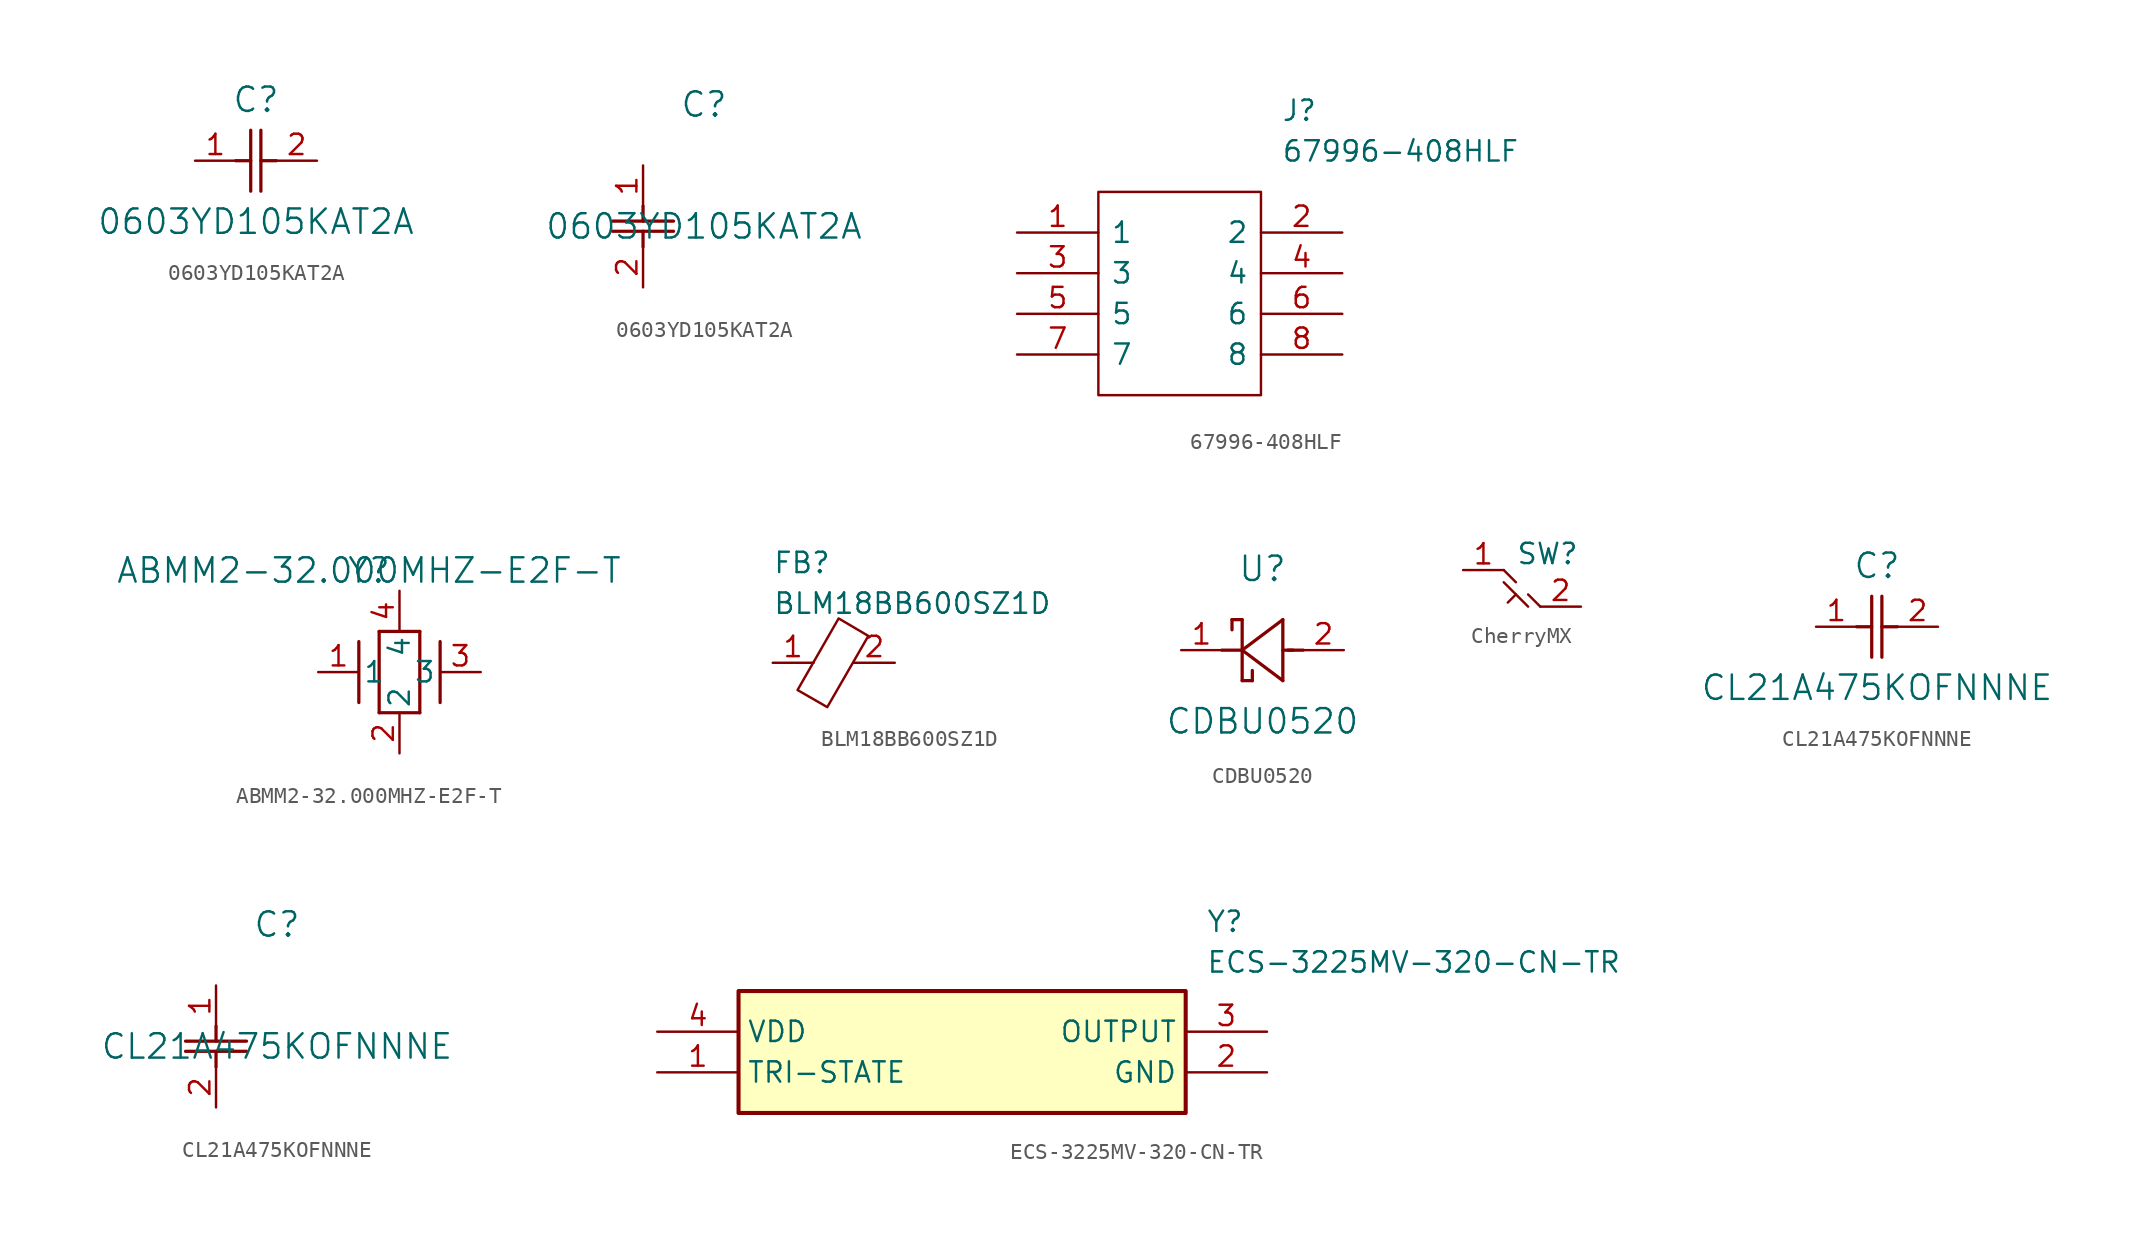
<source format=kicad_sym>
(kicad_symbol_lib
  (version 20220914)
  (generator kicad_symbol_editor)
  (symbol "0603YD105KAT2A"
    (pin_names
      (offset 0.254))
    (property "Reference" "C"
      (at 3.81 3.81 0)
      (effects (font (size 1.524 1.524))))
    (property "Value" "0603YD105KAT2A"
      (at 3.81 -3.81 0)
      (effects (font (size 1.524 1.524))))
    (property "ki_locked" ""
      (at 0 0 0)
      (effects (font (size 1.27 1.27))))
    (symbol "0603YD105KAT2A_1_1"
      (polyline (pts (xy 2.54 0) (xy 3.48 0)) (stroke (width 0.203) (type default)) (fill (type none)))
      (polyline (pts (xy 3.48 -1.905) (xy 3.48 1.905)) (stroke (width 0.203) (type default)) (fill (type none)))
      (polyline (pts (xy 4.115 -1.905) (xy 4.115 1.905)) (stroke (width 0.203) (type default)) (fill (type none)))
      (polyline (pts (xy 4.115 0) (xy 5.08 0)) (stroke (width 0.203) (type default)) (fill (type none)))
      (pin unspecified line (at 0 0 0) (length 2.54) (name "" (effects (font (size 1.27 1.27)))) (number "1" (effects (font (size 1.27 1.27)))))
      (pin unspecified line (at 7.62 0 180) (length 2.54) (name "" (effects (font (size 1.27 1.27)))) (number "2" (effects (font (size 1.27 1.27))))))
    (symbol "0603YD105KAT2A_1_2"
      (polyline (pts (xy -1.905 -4.115) (xy 1.905 -4.115)) (stroke (width 0.203) (type default)) (fill (type none)))
      (polyline (pts (xy -1.905 -3.48) (xy 1.905 -3.48)) (stroke (width 0.203) (type default)) (fill (type none)))
      (polyline (pts (xy 0 -4.115) (xy 0 -5.08)) (stroke (width 0.203) (type default)) (fill (type none)))
      (polyline (pts (xy 0 -2.54) (xy 0 -3.48)) (stroke (width 0.203) (type default)) (fill (type none)))
      (pin unspecified line (at 0 0 270) (length 2.54) (name "" (effects (font (size 1.27 1.27)))) (number "1" (effects (font (size 1.27 1.27)))))
      (pin unspecified line (at 0 -7.62 90) (length 2.54) (name "" (effects (font (size 1.27 1.27)))) (number "2" (effects (font (size 1.27 1.27)))))))
  (symbol "67996-408HLF"
    (pin_names
      (offset 0.762))
    (property "Reference" "J"
      (at 16.51 7.62 0)
      (effects (font (size 1.27 1.27)) (justify left)))
    (property "Value" "67996-408HLF"
      (at 16.51 5.08 0)
      (effects (font (size 1.27 1.27)) (justify left)))
    (symbol "67996-408HLF_0_0"
      (pin passive line (at 0 0 0) (length 5.08) (name "1" (effects (font (size 1.27 1.27)))) (number "1" (effects (font (size 1.27 1.27)))))
      (pin passive line (at 20.32 0 180) (length 5.08) (name "2" (effects (font (size 1.27 1.27)))) (number "2" (effects (font (size 1.27 1.27)))))
      (pin passive line (at 0 -2.54 0) (length 5.08) (name "3" (effects (font (size 1.27 1.27)))) (number "3" (effects (font (size 1.27 1.27)))))
      (pin passive line (at 20.32 -2.54 180) (length 5.08) (name "4" (effects (font (size 1.27 1.27)))) (number "4" (effects (font (size 1.27 1.27)))))
      (pin passive line (at 0 -5.08 0) (length 5.08) (name "5" (effects (font (size 1.27 1.27)))) (number "5" (effects (font (size 1.27 1.27)))))
      (pin passive line (at 20.32 -5.08 180) (length 5.08) (name "6" (effects (font (size 1.27 1.27)))) (number "6" (effects (font (size 1.27 1.27)))))
      (pin passive line (at 0 -7.62 0) (length 5.08) (name "7" (effects (font (size 1.27 1.27)))) (number "7" (effects (font (size 1.27 1.27)))))
      (pin passive line (at 20.32 -7.62 180) (length 5.08) (name "8" (effects (font (size 1.27 1.27)))) (number "8" (effects (font (size 1.27 1.27))))))
    (symbol "67996-408HLF_0_1"
      (polyline (pts (xy 5.08 2.54) (xy 15.24 2.54) (xy 15.24 -10.16) (xy 5.08 -10.16) (xy 5.08 2.54)) (stroke (width 0.152) (type solid)) (fill (type none)))))
  (symbol "ABMM2-32.000MHZ-E2F-T"
    (pin_names
      (offset 0.254))
    (property "Reference" "Y"
      (at 3.175 6.35 0)
      (effects (font (size 1.524 1.524))))
    (property "Value" "ABMM2-32.000MHZ-E2F-T"
      (at 3.175 6.35 0)
      (effects (font (size 1.524 1.524))))
    (property "ki_locked" ""
      (at 0 0 0)
      (effects (font (size 1.27 1.27))))
    (symbol "ABMM2-32.000MHZ-E2F-T_0_1"
      (polyline (pts (xy 2.54 -1.905) (xy 2.54 1.905)) (stroke (width 0.203) (type default)) (fill (type none)))
      (polyline (pts (xy 3.81 -2.54) (xy 3.81 2.54)) (stroke (width 0.203) (type default)) (fill (type none)))
      (polyline (pts (xy 3.81 2.54) (xy 6.35 2.54)) (stroke (width 0.203) (type default)) (fill (type none)))
      (polyline (pts (xy 6.35 -2.54) (xy 3.81 -2.54)) (stroke (width 0.203) (type default)) (fill (type none)))
      (polyline (pts (xy 6.35 2.54) (xy 6.35 -2.54)) (stroke (width 0.203) (type default)) (fill (type none)))
      (polyline (pts (xy 7.62 -1.905) (xy 7.62 1.905)) (stroke (width 0.203) (type default)) (fill (type none)))
      (pin unspecified line (at 0 0 0) (length 2.54) (name "1" (effects (font (size 1.27 1.27)))) (number "1" (effects (font (size 1.27 1.27)))))
      (pin unspecified line (at 5.08 -5.08 90) (length 2.54) (name "2" (effects (font (size 1.27 1.27)))) (number "2" (effects (font (size 1.27 1.27)))))
      (pin unspecified line (at 10.16 0 180) (length 2.54) (name "3" (effects (font (size 1.27 1.27)))) (number "3" (effects (font (size 1.27 1.27)))))
      (pin unspecified line (at 5.08 5.08 270) (length 2.54) (name "4" (effects (font (size 1.27 1.27)))) (number "4" (effects (font (size 1.27 1.27)))))))
  (symbol "BLM18BB600SZ1D"
    (property "Reference" "FB"
      (at 0 6.985 0)
      (effects (font (size 1.27 1.27)) (justify left top)))
    (property "Value" "BLM18BB600SZ1D"
      (at 0 4.445 0)
      (effects (font (size 1.27 1.27)) (justify left top)))
    (symbol "BLM18BB600SZ1D_0_1"
      (polyline (pts (xy 2.54 0) (xy 2.515 0)) (stroke (width 0) (type default)) (fill (type none)))
      (polyline (pts (xy 5.08 0) (xy 5.029 0)) (stroke (width 0) (type default)) (fill (type none)))
      (polyline (pts (xy 3.404 -2.769) (xy 1.549 -1.702) (xy 4.115 2.769) (xy 5.969 1.676) (xy 3.404 -2.769)) (stroke (width 0) (type default)) (fill (type none))))
    (symbol "BLM18BB600SZ1D_1_1"
      (pin passive line (at 0 0 0) (length 2.54) (name "~" (effects (font (size 1.27 1.27)))) (number "1" (effects (font (size 1.27 1.27)))))
      (pin passive line (at 7.62 0 180) (length 2.54) (name "~" (effects (font (size 1.27 1.27)))) (number "2" (effects (font (size 1.27 1.27)))))))
  (symbol "CDBU0520"
    (pin_names
      (offset 0.254))
    (property "Reference" "U"
      (at 5.08 5.08 0)
      (effects (font (size 1.524 1.524))))
    (property "Value" "CDBU0520"
      (at 5.08 -4.445 0)
      (effects (font (size 1.524 1.524))))
    (property "ki_locked" ""
      (at 0 0 0)
      (effects (font (size 1.27 1.27))))
    (symbol "CDBU0520_0_1"
      (polyline (pts (xy 3.175 1.905) (xy 3.175 1.27)) (stroke (width 0.203) (type default)) (fill (type none)))
      (polyline (pts (xy 3.175 1.905) (xy 3.81 1.905)) (stroke (width 0.203) (type default)) (fill (type none)))
      (polyline (pts (xy 3.81 0) (xy 2.54 0)) (stroke (width 0.203) (type default)) (fill (type none)))
      (polyline (pts (xy 3.81 0) (xy 6.35 -1.905)) (stroke (width 0.203) (type default)) (fill (type none)))
      (polyline (pts (xy 3.81 1.905) (xy 3.81 -1.905)) (stroke (width 0.203) (type default)) (fill (type none)))
      (polyline (pts (xy 4.445 -1.905) (xy 3.81 -1.905)) (stroke (width 0.203) (type default)) (fill (type none)))
      (polyline (pts (xy 4.445 -1.905) (xy 4.445 -1.27)) (stroke (width 0.203) (type default)) (fill (type none)))
      (polyline (pts (xy 6.35 -1.905) (xy 6.35 1.905)) (stroke (width 0.203) (type default)) (fill (type none)))
      (polyline (pts (xy 6.35 1.905) (xy 3.81 0)) (stroke (width 0.203) (type default)) (fill (type none)))
      (polyline (pts (xy 6.985 0) (xy 6.35 0)) (stroke (width 0.203) (type default)) (fill (type none)))
      (polyline (pts (xy 7.62 0) (xy 6.68 0)) (stroke (width 0.203) (type default)) (fill (type none)))
      (pin unspecified line (at 0 0 0) (length 2.54) (name "" (effects (font (size 1.27 1.27)))) (number "1" (effects (font (size 1.27 1.27)))))
      (pin unspecified line (at 10.16 0 180) (length 2.54) (name "" (effects (font (size 1.27 1.27)))) (number "2" (effects (font (size 1.27 1.27)))))))
  (symbol "CherryMX"
    (property "Reference" "SW"
      (at 3.302 1.016 0)
      (effects (font (size 1.27 1.27)) (justify left)))
    (property "Value" ""
      (at 0 0 0)
      (effects (font (size 1.27 1.27))))
    (symbol "CherryMX_0_1"
      (polyline (pts (xy 2.54 0) (xy 3.302 -0.762)) (stroke (width 0) (type default)) (fill (type none)))
      (polyline (pts (xy 3.302 -1.524) (xy 2.794 -2.032)) (stroke (width 0) (type default)) (fill (type none)))
      (polyline (pts (xy 4.064 -2.286) (xy 2.54 -0.762)) (stroke (width 0) (type default)) (fill (type none)))
      (polyline (pts (xy 4.064 -1.524) (xy 4.826 -2.286)) (stroke (width 0) (type default)) (fill (type none))))
    (symbol "CherryMX_1_1"
      (pin passive line (at 0 0 0) (length 2.54) (name "" (effects (font (size 1.27 1.27)))) (number "1" (effects (font (size 1.27 1.27)))))
      (pin passive line (at 7.366 -2.286 180) (length 2.54) (name "" (effects (font (size 1.27 1.27)))) (number "2" (effects (font (size 1.27 1.27)))))))
  (symbol "CL21A475KOFNNNE"
    (pin_names
      (offset 0.254))
    (property "Reference" "C"
      (at 3.81 3.81 0)
      (effects (font (size 1.524 1.524))))
    (property "Value" "CL21A475KOFNNNE"
      (at 3.81 -3.81 0)
      (effects (font (size 1.524 1.524))))
    (property "ki_locked" ""
      (at 0 0 0)
      (effects (font (size 1.27 1.27))))
    (symbol "CL21A475KOFNNNE_1_1"
      (polyline (pts (xy 2.54 0) (xy 3.48 0)) (stroke (width 0.203) (type default)) (fill (type none)))
      (polyline (pts (xy 3.48 -1.905) (xy 3.48 1.905)) (stroke (width 0.203) (type default)) (fill (type none)))
      (polyline (pts (xy 4.115 -1.905) (xy 4.115 1.905)) (stroke (width 0.203) (type default)) (fill (type none)))
      (polyline (pts (xy 4.115 0) (xy 5.08 0)) (stroke (width 0.203) (type default)) (fill (type none)))
      (pin unspecified line (at 0 0 0) (length 2.54) (name "" (effects (font (size 1.27 1.27)))) (number "1" (effects (font (size 1.27 1.27)))))
      (pin unspecified line (at 7.62 0 180) (length 2.54) (name "" (effects (font (size 1.27 1.27)))) (number "2" (effects (font (size 1.27 1.27))))))
    (symbol "CL21A475KOFNNNE_1_2"
      (polyline (pts (xy -1.905 -4.115) (xy 1.905 -4.115)) (stroke (width 0.203) (type default)) (fill (type none)))
      (polyline (pts (xy -1.905 -3.48) (xy 1.905 -3.48)) (stroke (width 0.203) (type default)) (fill (type none)))
      (polyline (pts (xy 0 -4.115) (xy 0 -5.08)) (stroke (width 0.203) (type default)) (fill (type none)))
      (polyline (pts (xy 0 -2.54) (xy 0 -3.48)) (stroke (width 0.203) (type default)) (fill (type none)))
      (pin unspecified line (at 0 0 270) (length 2.54) (name "" (effects (font (size 1.27 1.27)))) (number "1" (effects (font (size 1.27 1.27)))))
      (pin unspecified line (at 0 -7.62 90) (length 2.54) (name "" (effects (font (size 1.27 1.27)))) (number "2" (effects (font (size 1.27 1.27)))))))
  (symbol "ECS-3225MV-320-CN-TR"
    (property "Reference" "Y"
      (at 34.29 7.62 0)
      (effects (font (size 1.27 1.27)) (justify left top)))
    (property "Value" "ECS-3225MV-320-CN-TR"
      (at 34.29 5.08 0)
      (effects (font (size 1.27 1.27)) (justify left top)))
    (symbol "ECS-3225MV-320-CN-TR_1_1"
      (rectangle (start 5.08 2.54) (end 33.02 -5.08) (stroke (width 0.254) (type default)) (fill (type background)))
      (pin passive line (at 0 -2.54 0) (length 5.08) (name "TRI-STATE" (effects (font (size 1.27 1.27)))) (number "1" (effects (font (size 1.27 1.27)))))
      (pin passive line (at 38.1 -2.54 180) (length 5.08) (name "GND" (effects (font (size 1.27 1.27)))) (number "2" (effects (font (size 1.27 1.27)))))
      (pin passive line (at 38.1 0 180) (length 5.08) (name "OUTPUT" (effects (font (size 1.27 1.27)))) (number "3" (effects (font (size 1.27 1.27)))))
      (pin passive line (at 0 0 0) (length 5.08) (name "VDD" (effects (font (size 1.27 1.27)))) (number "4" (effects (font (size 1.27 1.27))))))))
</source>
